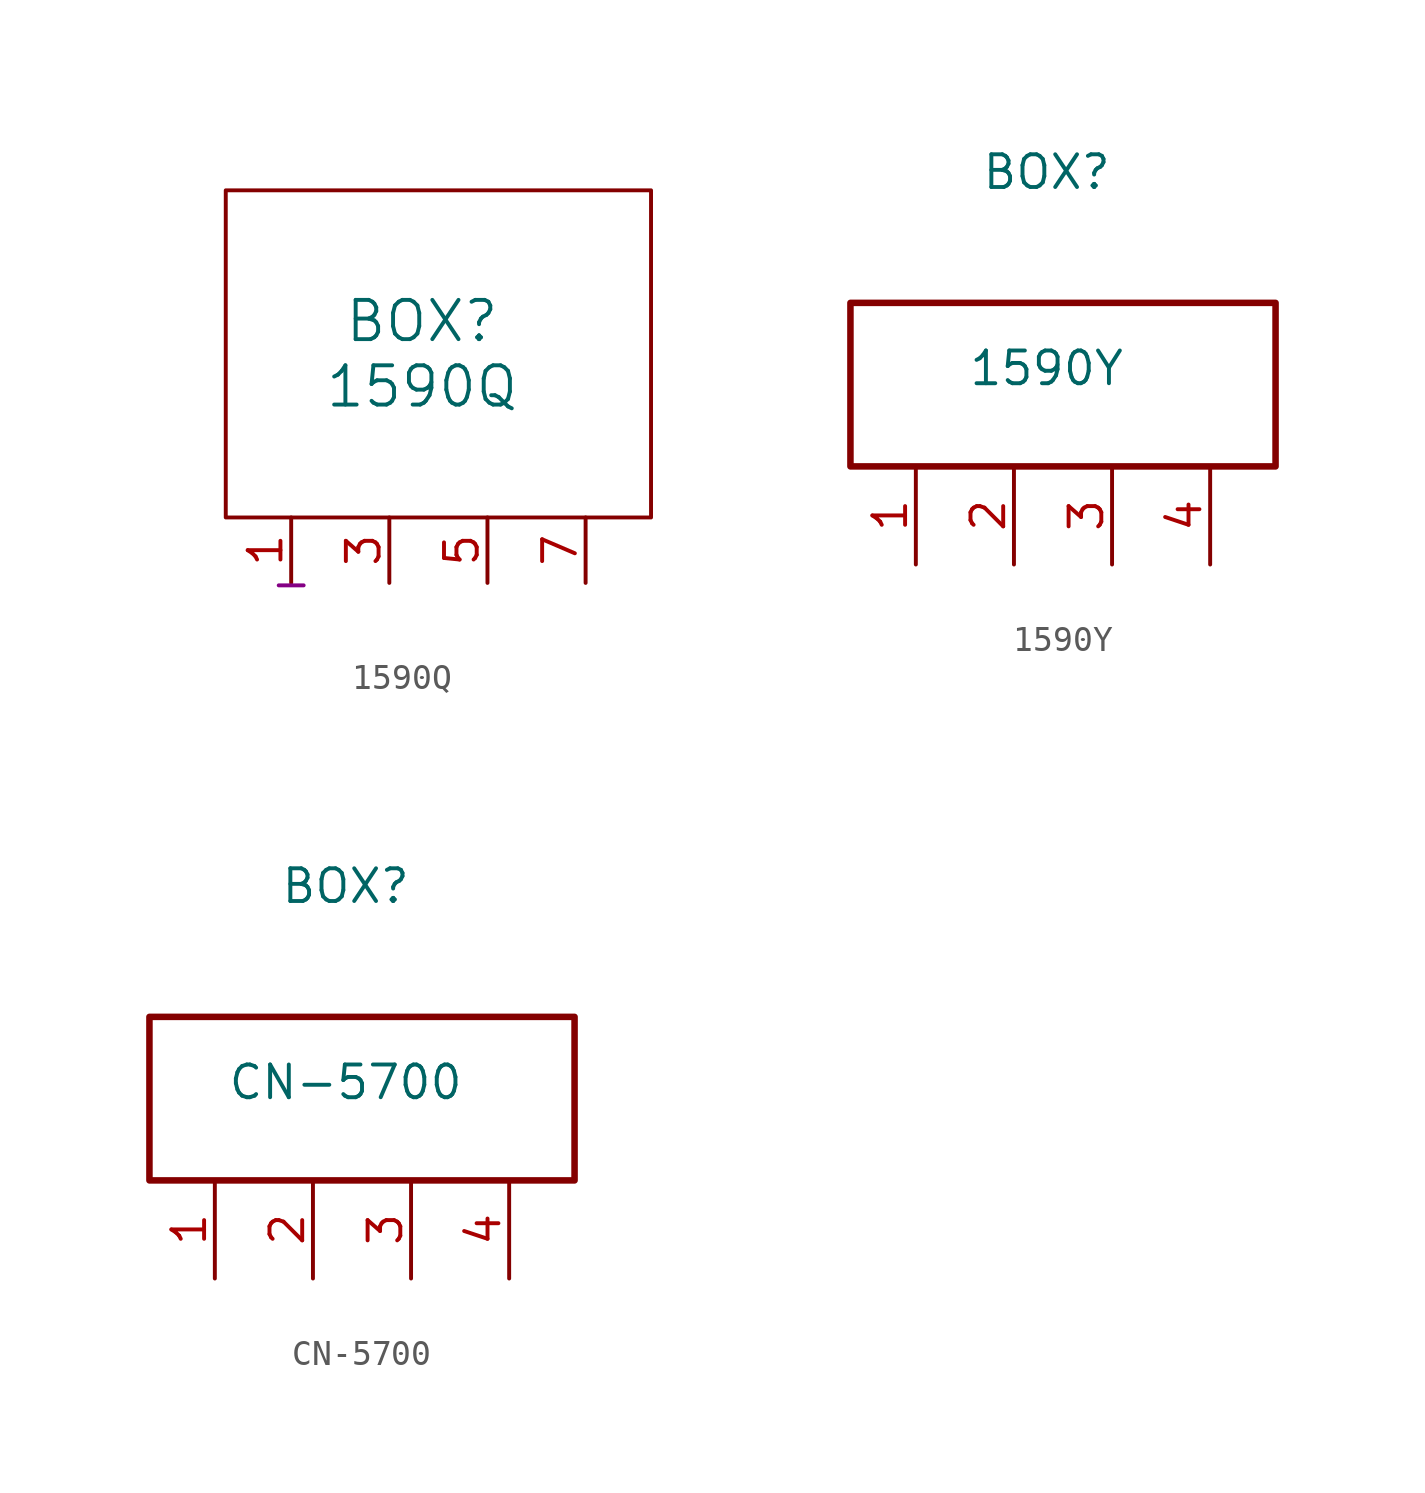
<source format=kicad_sym>
(kicad_symbol_lib
  (version 20220914)
  (generator kicad_symbol_editor)
  (symbol "1590Q"
    (pin_names
      (offset 1.016) hide)
    (property "Reference" "BOX"
      (at 5.08 10.16 0)
      (effects (font (size 1.524 1.524))))
    (property "Value" "1590Q"
      (at 5.08 7.62 0)
      (effects (font (size 1.524 1.524))))
    (property "Datasheet" ""
      (at -5.08 16.51 0)
      (effects (font (size 1.524 1.524))))
    (property "Desc1" "-"
      (at 0 0 0)
      (effects (font (size 1.27 1.27))))
    (property "Height" ""
      (at 0 0 0)
      (effects (font (size 1.27 1.27))))
    (symbol "1590Q_0_1"
      (rectangle (start -2.54 15.24) (end 13.97 2.54) (stroke (width 0) (type default)) (fill (type none))))
    (symbol "1590Q_1_1"
      (pin power_in line (at 0 0 90) (length 2.54) (name "1" (effects (font (size 1.27 1.27)))) (number "1" (effects (font (size 1.27 1.27)))))
      (pin power_in line (at 3.81 0 90) (length 2.54) (name "3" (effects (font (size 1.27 1.27)))) (number "3" (effects (font (size 1.27 1.27)))))
      (pin power_in line (at 7.62 0 90) (length 2.54) (name "5" (effects (font (size 1.27 1.27)))) (number "5" (effects (font (size 1.27 1.27)))))
      (pin power_in line (at 11.43 0 90) (length 2.54) (name "7" (effects (font (size 1.27 1.27)))) (number "7" (effects (font (size 1.27 1.27)))))))
  (symbol "1590Y"
    (pin_names
      (offset 1.016) hide)
    (property "Reference" "BOX"
      (at 5.08 11.43 0)
      (effects (font (size 1.27 1.27))))
    (property "Value" "1590Y"
      (at 5.08 3.81 0)
      (effects (font (size 1.27 1.27))))
    (symbol "1590Y_1_1"
      (rectangle (start -2.54 6.35) (end 13.97 0) (stroke (width 0.254) (type default)) (fill (type none)))
      (pin passive line (at 0 -3.81 90) (length 3.81) (name "Pin_1" (effects (font (size 1.27 1.27)))) (number "1" (effects (font (size 1.27 1.27)))))
      (pin passive line (at 3.81 -3.81 90) (length 3.81) (name "Pin_2" (effects (font (size 1.27 1.27)))) (number "2" (effects (font (size 1.27 1.27)))))
      (pin passive line (at 7.62 -3.81 90) (length 3.81) (name "Pin_3" (effects (font (size 1.27 1.27)))) (number "3" (effects (font (size 1.27 1.27)))))
      (pin passive line (at 11.43 -3.81 90) (length 3.81) (name "Pin_4" (effects (font (size 1.27 1.27)))) (number "4" (effects (font (size 1.27 1.27)))))))
  (symbol "CN-5700"
    (pin_names
      (offset 1.016) hide)
    (property "Reference" "BOX"
      (at 5.08 11.43 0)
      (effects (font (size 1.27 1.27))))
    (property "Value" "CN-5700"
      (at 5.08 3.81 0)
      (effects (font (size 1.27 1.27))))
    (symbol "CN-5700_1_1"
      (rectangle (start -2.54 6.35) (end 13.97 0) (stroke (width 0.254) (type default)) (fill (type none)))
      (pin passive line (at 0 -3.81 90) (length 3.81) (name "Pin_1" (effects (font (size 1.27 1.27)))) (number "1" (effects (font (size 1.27 1.27)))))
      (pin passive line (at 3.81 -3.81 90) (length 3.81) (name "Pin_2" (effects (font (size 1.27 1.27)))) (number "2" (effects (font (size 1.27 1.27)))))
      (pin passive line (at 7.62 -3.81 90) (length 3.81) (name "Pin_3" (effects (font (size 1.27 1.27)))) (number "3" (effects (font (size 1.27 1.27)))))
      (pin passive line (at 11.43 -3.81 90) (length 3.81) (name "Pin_4" (effects (font (size 1.27 1.27)))) (number "4" (effects (font (size 1.27 1.27))))))))
</source>
